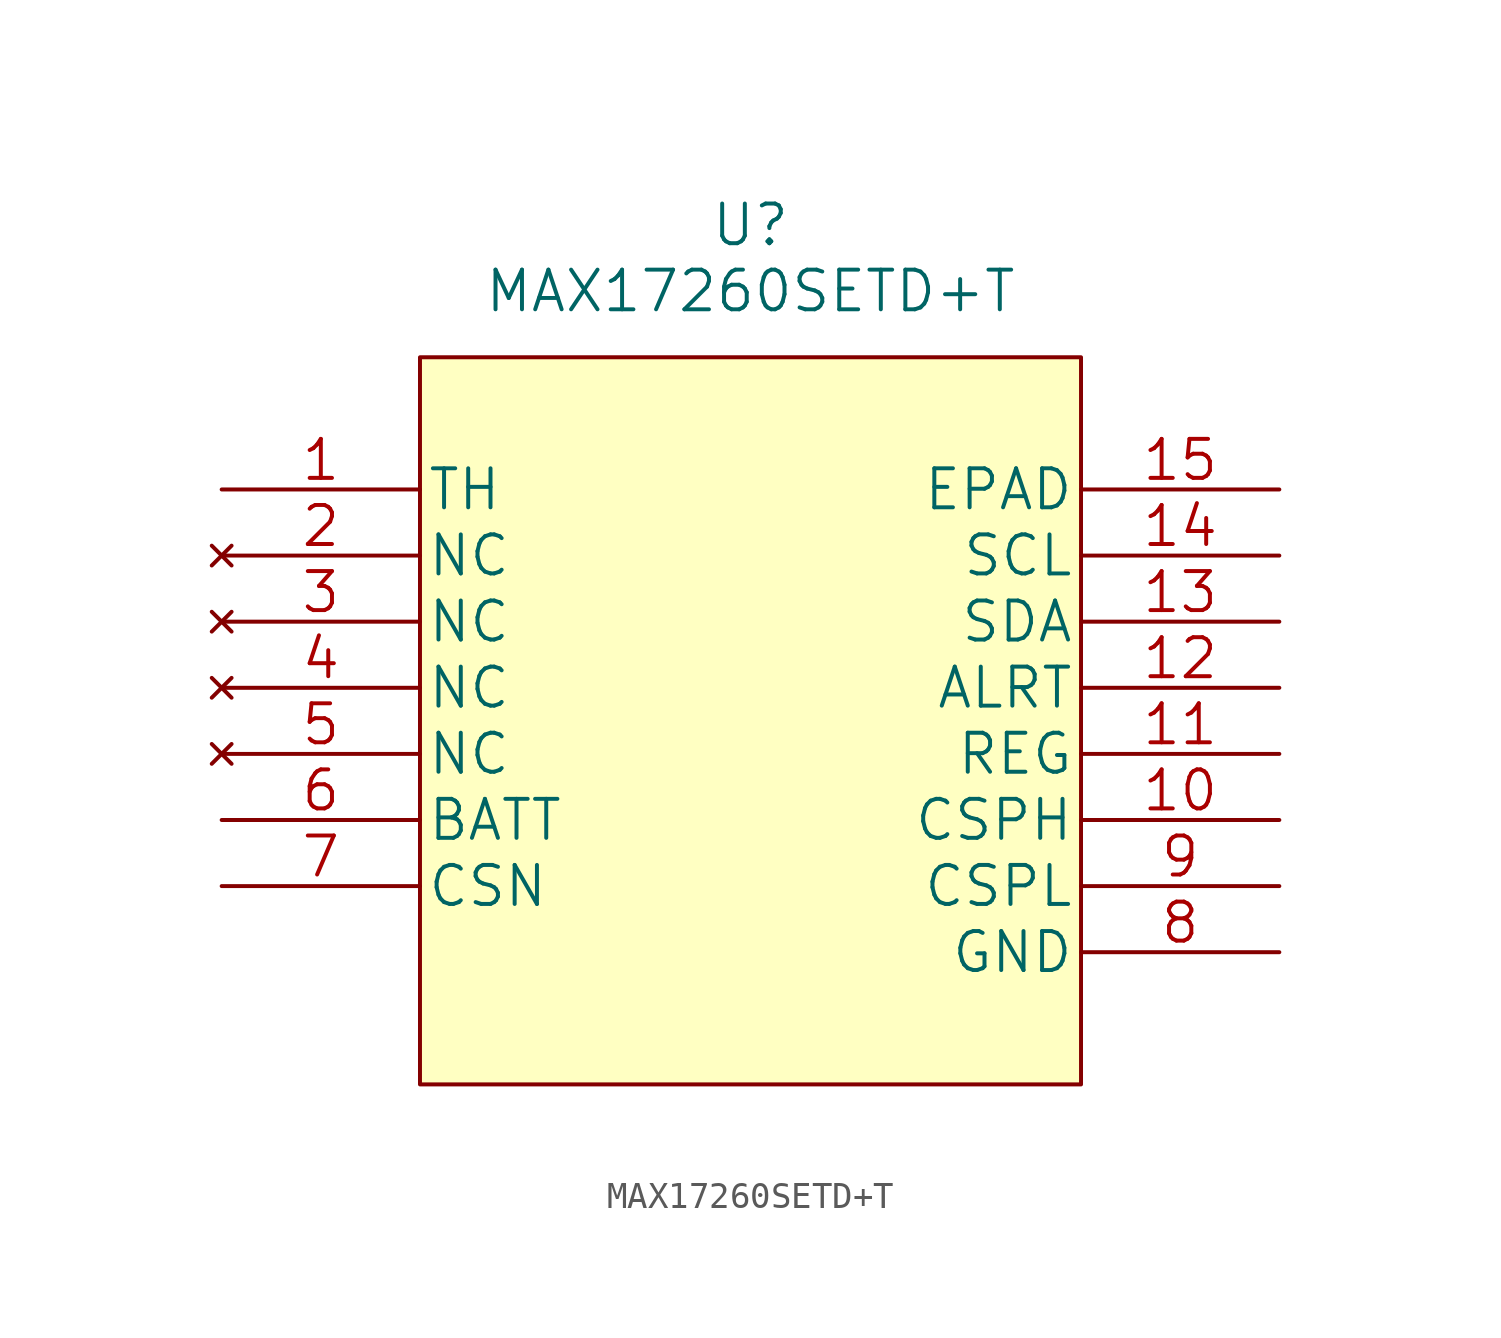
<source format=kicad_sym>
(kicad_symbol_lib
  (version 20211014)
  (generator kicad_symbol_editor)
  (symbol "MAX17260SETD+T"
    (pin_names
      (offset 0.254))
    (property "Reference" "U"
      (at 20.32 10.16 0)
      (effects (font (size 1.524 1.524))))
    (property "Value" "MAX17260SETD+T"
      (at 20.32 7.62 0)
      (effects (font (size 1.524 1.524))))
    (property "Datasheet" ""
      (at 0 0 0)
      (effects (font (size 1.524 1.524))))
    (symbol "MAX17260SETD+T_1_1"
      (rectangle (start 7.62 5.08) (end 33.02 -22.86) (stroke (width 0) (type default) (color 0 0 0 0)) (fill (type background)))
      (pin passive line (at 0 0 0) (length 7.62) (name "TH" (effects (font (size 1.499 1.499)))) (number "1" (effects (font (size 1.499 1.499)))))
      (pin passive line (at 40.64 -12.7 180) (length 7.62) (name "CSPH" (effects (font (size 1.499 1.499)))) (number "10" (effects (font (size 1.499 1.499)))))
      (pin power_out line (at 40.64 -10.16 180) (length 7.62) (name "REG" (effects (font (size 1.499 1.499)))) (number "11" (effects (font (size 1.499 1.499)))))
      (pin open_collector line (at 40.64 -7.62 180) (length 7.62) (name "ALRT" (effects (font (size 1.499 1.499)))) (number "12" (effects (font (size 1.499 1.499)))))
      (pin bidirectional line (at 40.64 -5.08 180) (length 7.62) (name "SDA" (effects (font (size 1.499 1.499)))) (number "13" (effects (font (size 1.499 1.499)))))
      (pin input line (at 40.64 -2.54 180) (length 7.62) (name "SCL" (effects (font (size 1.499 1.499)))) (number "14" (effects (font (size 1.499 1.499)))))
      (pin passive line (at 40.64 0 180) (length 7.62) (name "EPAD" (effects (font (size 1.499 1.499)))) (number "15" (effects (font (size 1.499 1.499)))))
      (pin no_connect line (at 0 -2.54 0) (length 7.62) (name "NC" (effects (font (size 1.499 1.499)))) (number "2" (effects (font (size 1.499 1.499)))))
      (pin no_connect line (at 0 -5.08 0) (length 7.62) (name "NC" (effects (font (size 1.499 1.499)))) (number "3" (effects (font (size 1.499 1.499)))))
      (pin no_connect line (at 0 -7.62 0) (length 7.62) (name "NC" (effects (font (size 1.499 1.499)))) (number "4" (effects (font (size 1.499 1.499)))))
      (pin no_connect line (at 0 -10.16 0) (length 7.62) (name "NC" (effects (font (size 1.499 1.499)))) (number "5" (effects (font (size 1.499 1.499)))))
      (pin power_in line (at 0 -12.7 0) (length 7.62) (name "BATT" (effects (font (size 1.499 1.499)))) (number "6" (effects (font (size 1.499 1.499)))))
      (pin passive line (at 0 -15.24 0) (length 7.62) (name "CSN" (effects (font (size 1.499 1.499)))) (number "7" (effects (font (size 1.499 1.499)))))
      (pin power_in line (at 40.64 -17.78 180) (length 7.62) (name "GND" (effects (font (size 1.499 1.499)))) (number "8" (effects (font (size 1.499 1.499)))))
      (pin passive line (at 40.64 -15.24 180) (length 7.62) (name "CSPL" (effects (font (size 1.499 1.499)))) (number "9" (effects (font (size 1.499 1.499))))))))
</source>
